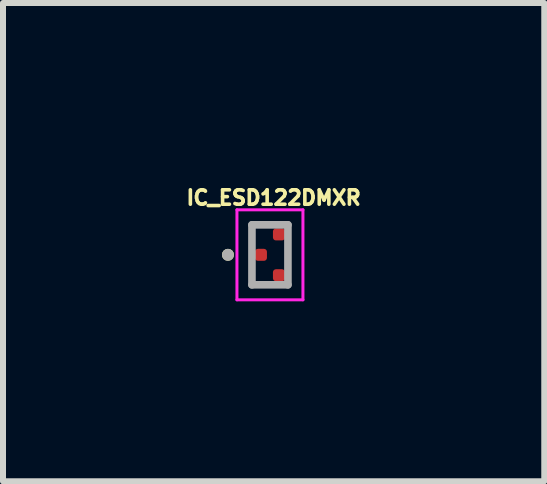
<source format=kicad_pcb>
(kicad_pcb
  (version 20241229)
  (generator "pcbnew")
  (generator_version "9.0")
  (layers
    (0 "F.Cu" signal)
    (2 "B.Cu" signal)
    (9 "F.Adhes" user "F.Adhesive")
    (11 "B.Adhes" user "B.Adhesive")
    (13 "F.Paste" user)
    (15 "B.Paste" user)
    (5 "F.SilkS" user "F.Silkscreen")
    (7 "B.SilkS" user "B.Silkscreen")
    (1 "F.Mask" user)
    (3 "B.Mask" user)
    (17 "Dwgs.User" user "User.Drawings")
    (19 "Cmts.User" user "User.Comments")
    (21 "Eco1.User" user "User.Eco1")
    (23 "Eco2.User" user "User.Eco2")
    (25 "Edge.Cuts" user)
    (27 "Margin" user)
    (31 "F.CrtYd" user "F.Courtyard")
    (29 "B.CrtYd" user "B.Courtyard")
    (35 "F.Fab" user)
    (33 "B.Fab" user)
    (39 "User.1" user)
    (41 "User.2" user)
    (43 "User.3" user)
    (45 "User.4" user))
  (footprint "IC_ESD122DMXR"
    (layer "F.Cu")
    (at 1.45 1.198)
    (property "Reference" "IC_ESD122DMXR" (at 0.062 -0.952 0) (layer "F.SilkS") (effects (font (size 0.24 0.24) (thickness 0.15))))
    (attr smd)
    (fp_poly (pts (xy -0.3 -0.1) (xy -0.3 0.1) (xy -0.3 0.103) (xy -0.3 0.105) (xy -0.299 0.108) (xy -0.299 0.11) (xy -0.298 0.113) (xy -0.298 0.115) (xy -0.297 0.118) (xy -0.296 0.12) (xy -0.295 0.123) (xy -0.293 0.125) (xy -0.292 0.127) (xy -0.29 0.129) (xy -0.289 0.131) (xy -0.287 0.133) (xy -0.285 0.135) (xy -0.283 0.137) (xy -0.281 0.139) (xy -0.279 0.14) (xy -0.277 0.142) (xy -0.275 0.143) (xy -0.273 0.145) (xy -0.27 0.146) (xy -0.268 0.147) (xy -0.265 0.148) (xy -0.263 0.148) (xy -0.26 0.149) (xy -0.258 0.149) (xy -0.255 0.15) (xy -0.253 0.15) (xy -0.25 0.15) (xy -0.05 0.15) (xy -0.047 0.15) (xy -0.045 0.15) (xy -0.042 0.149) (xy -0.04 0.149) (xy -0.037 0.148) (xy -0.035 0.148) (xy -0.032 0.147) (xy -0.03 0.146) (xy -0.027 0.145) (xy -0.025 0.143) (xy -0.023 0.142) (xy -0.021 0.14) (xy -0.019 0.139) (xy -0.017 0.137) (xy -0.015 0.135) (xy -0.013 0.133) (xy -0.011 0.131) (xy -0.01 0.129) (xy -0.008 0.127) (xy -0.007 0.125) (xy -0.005 0.123) (xy -0.004 0.12) (xy -0.003 0.118) (xy -0.002 0.115) (xy -0.002 0.113) (xy -0.001 0.11) (xy -0.001 0.108) (xy 0 0.105) (xy 0 0.103) (xy 0 0.1) (xy 0 -0.1) (xy 0 -0.103) (xy 0 -0.105) (xy -0.001 -0.108) (xy -0.001 -0.11) (xy -0.002 -0.113) (xy -0.002 -0.115) (xy -0.003 -0.118) (xy -0.004 -0.12) (xy -0.005 -0.123) (xy -0.007 -0.125) (xy -0.008 -0.127) (xy -0.01 -0.129) (xy -0.011 -0.131) (xy -0.013 -0.133) (xy -0.015 -0.135) (xy -0.017 -0.137) (xy -0.019 -0.139) (xy -0.021 -0.14) (xy -0.023 -0.142) (xy -0.025 -0.143) (xy -0.027 -0.145) (xy -0.03 -0.146) (xy -0.032 -0.147) (xy -0.035 -0.148) (xy -0.037 -0.148) (xy -0.04 -0.149) (xy -0.042 -0.149) (xy -0.045 -0.15) (xy -0.047 -0.15) (xy -0.05 -0.15) (xy -0.25 -0.15) (xy -0.253 -0.15) (xy -0.255 -0.15) (xy -0.258 -0.149) (xy -0.26 -0.149) (xy -0.263 -0.148) (xy -0.265 -0.148) (xy -0.268 -0.147) (xy -0.27 -0.146) (xy -0.273 -0.145) (xy -0.275 -0.143) (xy -0.277 -0.142) (xy -0.279 -0.14) (xy -0.281 -0.139) (xy -0.283 -0.137) (xy -0.285 -0.135) (xy -0.287 -0.133) (xy -0.289 -0.131) (xy -0.29 -0.129) (xy -0.292 -0.127) (xy -0.293 -0.125) (xy -0.295 -0.123) (xy -0.296 -0.12) (xy -0.297 -0.118) (xy -0.298 -0.115) (xy -0.298 -0.113) (xy -0.299 -0.11) (xy -0.299 -0.108) (xy -0.3 -0.105) (xy -0.3 -0.103) (xy -0.3 -0.1)) (stroke (width 0.01) (type solid)) (fill yes) (layer "F.Mask"))
    (fp_poly (pts (xy 0 -0.44) (xy 0 -0.24) (xy 0 -0.237) (xy 0 -0.235) (xy 0.001 -0.232) (xy 0.001 -0.23) (xy 0.002 -0.227) (xy 0.002 -0.225) (xy 0.003 -0.222) (xy 0.004 -0.22) (xy 0.005 -0.217) (xy 0.007 -0.215) (xy 0.008 -0.213) (xy 0.01 -0.211) (xy 0.011 -0.209) (xy 0.013 -0.207) (xy 0.015 -0.205) (xy 0.017 -0.203) (xy 0.019 -0.201) (xy 0.021 -0.2) (xy 0.023 -0.198) (xy 0.025 -0.197) (xy 0.027 -0.195) (xy 0.03 -0.194) (xy 0.032 -0.193) (xy 0.035 -0.192) (xy 0.037 -0.192) (xy 0.04 -0.191) (xy 0.042 -0.191) (xy 0.045 -0.19) (xy 0.047 -0.19) (xy 0.05 -0.19) (xy 0.25 -0.19) (xy 0.253 -0.19) (xy 0.255 -0.19) (xy 0.258 -0.191) (xy 0.26 -0.191) (xy 0.263 -0.192) (xy 0.265 -0.192) (xy 0.268 -0.193) (xy 0.27 -0.194) (xy 0.273 -0.195) (xy 0.275 -0.197) (xy 0.277 -0.198) (xy 0.279 -0.2) (xy 0.281 -0.201) (xy 0.283 -0.203) (xy 0.285 -0.205) (xy 0.287 -0.207) (xy 0.289 -0.209) (xy 0.29 -0.211) (xy 0.292 -0.213) (xy 0.293 -0.215) (xy 0.295 -0.217) (xy 0.296 -0.22) (xy 0.297 -0.222) (xy 0.298 -0.225) (xy 0.298 -0.227) (xy 0.299 -0.23) (xy 0.299 -0.232) (xy 0.3 -0.235) (xy 0.3 -0.237) (xy 0.3 -0.24) (xy 0.3 -0.44) (xy 0.3 -0.443) (xy 0.3 -0.445) (xy 0.299 -0.448) (xy 0.299 -0.45) (xy 0.298 -0.453) (xy 0.298 -0.455) (xy 0.297 -0.458) (xy 0.296 -0.46) (xy 0.295 -0.463) (xy 0.293 -0.465) (xy 0.292 -0.467) (xy 0.29 -0.469) (xy 0.289 -0.471) (xy 0.287 -0.473) (xy 0.285 -0.475) (xy 0.283 -0.477) (xy 0.281 -0.479) (xy 0.279 -0.48) (xy 0.277 -0.482) (xy 0.275 -0.483) (xy 0.273 -0.485) (xy 0.27 -0.486) (xy 0.268 -0.487) (xy 0.265 -0.488) (xy 0.263 -0.488) (xy 0.26 -0.489) (xy 0.258 -0.489) (xy 0.255 -0.49) (xy 0.253 -0.49) (xy 0.25 -0.49) (xy 0.05 -0.49) (xy 0.047 -0.49) (xy 0.045 -0.49) (xy 0.042 -0.489) (xy 0.04 -0.489) (xy 0.037 -0.488) (xy 0.035 -0.488) (xy 0.032 -0.487) (xy 0.03 -0.486) (xy 0.027 -0.485) (xy 0.025 -0.483) (xy 0.023 -0.482) (xy 0.021 -0.48) (xy 0.019 -0.479) (xy 0.017 -0.477) (xy 0.015 -0.475) (xy 0.013 -0.473) (xy 0.011 -0.471) (xy 0.01 -0.469) (xy 0.008 -0.467) (xy 0.007 -0.465) (xy 0.005 -0.463) (xy 0.004 -0.46) (xy 0.003 -0.458) (xy 0.002 -0.455) (xy 0.002 -0.453) (xy 0.001 -0.45) (xy 0.001 -0.448) (xy 0 -0.445) (xy 0 -0.443) (xy 0 -0.44)) (stroke (width 0.01) (type solid)) (fill yes) (layer "F.Mask"))
    (fp_poly (pts (xy 0 0.24) (xy 0 0.44) (xy 0 0.443) (xy 0 0.445) (xy 0.001 0.448) (xy 0.001 0.45) (xy 0.002 0.453) (xy 0.002 0.455) (xy 0.003 0.458) (xy 0.004 0.46) (xy 0.005 0.463) (xy 0.007 0.465) (xy 0.008 0.467) (xy 0.01 0.469) (xy 0.011 0.471) (xy 0.013 0.473) (xy 0.015 0.475) (xy 0.017 0.477) (xy 0.019 0.479) (xy 0.021 0.48) (xy 0.023 0.482) (xy 0.025 0.483) (xy 0.027 0.485) (xy 0.03 0.486) (xy 0.032 0.487) (xy 0.035 0.488) (xy 0.037 0.488) (xy 0.04 0.489) (xy 0.042 0.489) (xy 0.045 0.49) (xy 0.047 0.49) (xy 0.05 0.49) (xy 0.25 0.49) (xy 0.253 0.49) (xy 0.255 0.49) (xy 0.258 0.489) (xy 0.26 0.489) (xy 0.263 0.488) (xy 0.265 0.488) (xy 0.268 0.487) (xy 0.27 0.486) (xy 0.273 0.485) (xy 0.275 0.483) (xy 0.277 0.482) (xy 0.279 0.48) (xy 0.281 0.479) (xy 0.283 0.477) (xy 0.285 0.475) (xy 0.287 0.473) (xy 0.289 0.471) (xy 0.29 0.469) (xy 0.292 0.467) (xy 0.293 0.465) (xy 0.295 0.463) (xy 0.296 0.46) (xy 0.297 0.458) (xy 0.298 0.455) (xy 0.298 0.453) (xy 0.299 0.45) (xy 0.299 0.448) (xy 0.3 0.445) (xy 0.3 0.443) (xy 0.3 0.44) (xy 0.3 0.24) (xy 0.3 0.237) (xy 0.3 0.235) (xy 0.299 0.232) (xy 0.299 0.23) (xy 0.298 0.227) (xy 0.298 0.225) (xy 0.297 0.222) (xy 0.296 0.22) (xy 0.295 0.217) (xy 0.293 0.215) (xy 0.292 0.213) (xy 0.29 0.211) (xy 0.289 0.209) (xy 0.287 0.207) (xy 0.285 0.205) (xy 0.283 0.203) (xy 0.281 0.201) (xy 0.279 0.2) (xy 0.277 0.198) (xy 0.275 0.197) (xy 0.273 0.195) (xy 0.27 0.194) (xy 0.268 0.193) (xy 0.265 0.192) (xy 0.263 0.192) (xy 0.26 0.191) (xy 0.258 0.191) (xy 0.255 0.19) (xy 0.253 0.19) (xy 0.25 0.19) (xy 0.05 0.19) (xy 0.047 0.19) (xy 0.045 0.19) (xy 0.042 0.191) (xy 0.04 0.191) (xy 0.037 0.192) (xy 0.035 0.192) (xy 0.032 0.193) (xy 0.03 0.194) (xy 0.027 0.195) (xy 0.025 0.197) (xy 0.023 0.198) (xy 0.021 0.2) (xy 0.019 0.201) (xy 0.017 0.203) (xy 0.015 0.205) (xy 0.013 0.207) (xy 0.011 0.209) (xy 0.01 0.211) (xy 0.008 0.213) (xy 0.007 0.215) (xy 0.005 0.217) (xy 0.004 0.22) (xy 0.003 0.222) (xy 0.002 0.225) (xy 0.002 0.227) (xy 0.001 0.23) (xy 0.001 0.232) (xy 0 0.235) (xy 0 0.237) (xy 0 0.24)) (stroke (width 0.01) (type solid)) (fill yes) (layer "F.Mask"))
    (fp_circle (center -0.7 0) (end -0.65 0) (stroke (width 0.1) (type solid)) (fill no) (layer "F.SilkS"))
    (fp_poly (pts (xy -0.255 -0.055) (xy -0.255 0.055) (xy -0.255 0.058) (xy -0.255 0.06) (xy -0.254 0.063) (xy -0.254 0.065) (xy -0.253 0.068) (xy -0.253 0.07) (xy -0.252 0.073) (xy -0.251 0.075) (xy -0.25 0.078) (xy -0.248 0.08) (xy -0.247 0.082) (xy -0.245 0.084) (xy -0.244 0.086) (xy -0.242 0.088) (xy -0.24 0.09) (xy -0.238 0.092) (xy -0.236 0.094) (xy -0.234 0.095) (xy -0.232 0.097) (xy -0.23 0.098) (xy -0.228 0.1) (xy -0.225 0.101) (xy -0.223 0.102) (xy -0.22 0.103) (xy -0.218 0.103) (xy -0.215 0.104) (xy -0.213 0.104) (xy -0.21 0.105) (xy -0.208 0.105) (xy -0.205 0.105) (xy -0.095 0.105) (xy -0.092 0.105) (xy -0.09 0.105) (xy -0.087 0.104) (xy -0.085 0.104) (xy -0.082 0.103) (xy -0.08 0.103) (xy -0.077 0.102) (xy -0.075 0.101) (xy -0.072 0.1) (xy -0.07 0.098) (xy -0.068 0.097) (xy -0.066 0.095) (xy -0.064 0.094) (xy -0.062 0.092) (xy -0.06 0.09) (xy -0.058 0.088) (xy -0.056 0.086) (xy -0.055 0.084) (xy -0.053 0.082) (xy -0.052 0.08) (xy -0.05 0.078) (xy -0.049 0.075) (xy -0.048 0.073) (xy -0.047 0.07) (xy -0.047 0.068) (xy -0.046 0.065) (xy -0.046 0.063) (xy -0.045 0.06) (xy -0.045 0.058) (xy -0.045 0.055) (xy -0.045 -0.055) (xy -0.045 -0.058) (xy -0.045 -0.06) (xy -0.046 -0.063) (xy -0.046 -0.065) (xy -0.047 -0.068) (xy -0.047 -0.07) (xy -0.048 -0.073) (xy -0.049 -0.075) (xy -0.05 -0.078) (xy -0.052 -0.08) (xy -0.053 -0.082) (xy -0.055 -0.084) (xy -0.056 -0.086) (xy -0.058 -0.088) (xy -0.06 -0.09) (xy -0.062 -0.092) (xy -0.064 -0.094) (xy -0.066 -0.095) (xy -0.068 -0.097) (xy -0.07 -0.098) (xy -0.072 -0.1) (xy -0.075 -0.101) (xy -0.077 -0.102) (xy -0.08 -0.103) (xy -0.082 -0.103) (xy -0.085 -0.104) (xy -0.087 -0.104) (xy -0.09 -0.105) (xy -0.092 -0.105) (xy -0.095 -0.105) (xy -0.205 -0.105) (xy -0.208 -0.105) (xy -0.21 -0.105) (xy -0.213 -0.104) (xy -0.215 -0.104) (xy -0.218 -0.103) (xy -0.22 -0.103) (xy -0.223 -0.102) (xy -0.225 -0.101) (xy -0.228 -0.1) (xy -0.23 -0.098) (xy -0.232 -0.097) (xy -0.234 -0.095) (xy -0.236 -0.094) (xy -0.238 -0.092) (xy -0.24 -0.09) (xy -0.242 -0.088) (xy -0.244 -0.086) (xy -0.245 -0.084) (xy -0.247 -0.082) (xy -0.248 -0.08) (xy -0.25 -0.078) (xy -0.251 -0.075) (xy -0.252 -0.073) (xy -0.253 -0.07) (xy -0.253 -0.068) (xy -0.254 -0.065) (xy -0.254 -0.063) (xy -0.255 -0.06) (xy -0.255 -0.058) (xy -0.255 -0.055)) (stroke (width 0.01) (type solid)) (fill yes) (layer "F.Paste"))
    (fp_poly (pts (xy 0.045 -0.395) (xy 0.045 -0.285) (xy 0.045 -0.282) (xy 0.045 -0.28) (xy 0.046 -0.277) (xy 0.046 -0.275) (xy 0.047 -0.272) (xy 0.047 -0.27) (xy 0.048 -0.267) (xy 0.049 -0.265) (xy 0.05 -0.262) (xy 0.052 -0.26) (xy 0.053 -0.258) (xy 0.055 -0.256) (xy 0.056 -0.254) (xy 0.058 -0.252) (xy 0.06 -0.25) (xy 0.062 -0.248) (xy 0.064 -0.246) (xy 0.066 -0.245) (xy 0.068 -0.243) (xy 0.07 -0.242) (xy 0.072 -0.24) (xy 0.075 -0.239) (xy 0.077 -0.238) (xy 0.08 -0.237) (xy 0.082 -0.237) (xy 0.085 -0.236) (xy 0.087 -0.236) (xy 0.09 -0.235) (xy 0.092 -0.235) (xy 0.095 -0.235) (xy 0.205 -0.235) (xy 0.208 -0.235) (xy 0.21 -0.235) (xy 0.213 -0.236) (xy 0.215 -0.236) (xy 0.218 -0.237) (xy 0.22 -0.237) (xy 0.223 -0.238) (xy 0.225 -0.239) (xy 0.228 -0.24) (xy 0.23 -0.242) (xy 0.232 -0.243) (xy 0.234 -0.245) (xy 0.236 -0.246) (xy 0.238 -0.248) (xy 0.24 -0.25) (xy 0.242 -0.252) (xy 0.244 -0.254) (xy 0.245 -0.256) (xy 0.247 -0.258) (xy 0.248 -0.26) (xy 0.25 -0.262) (xy 0.251 -0.265) (xy 0.252 -0.267) (xy 0.253 -0.27) (xy 0.253 -0.272) (xy 0.254 -0.275) (xy 0.254 -0.277) (xy 0.255 -0.28) (xy 0.255 -0.282) (xy 0.255 -0.285) (xy 0.255 -0.395) (xy 0.255 -0.398) (xy 0.255 -0.4) (xy 0.254 -0.403) (xy 0.254 -0.405) (xy 0.253 -0.408) (xy 0.253 -0.41) (xy 0.252 -0.413) (xy 0.251 -0.415) (xy 0.25 -0.418) (xy 0.248 -0.42) (xy 0.247 -0.422) (xy 0.245 -0.424) (xy 0.244 -0.426) (xy 0.242 -0.428) (xy 0.24 -0.43) (xy 0.238 -0.432) (xy 0.236 -0.434) (xy 0.234 -0.435) (xy 0.232 -0.437) (xy 0.23 -0.438) (xy 0.228 -0.44) (xy 0.225 -0.441) (xy 0.223 -0.442) (xy 0.22 -0.443) (xy 0.218 -0.443) (xy 0.215 -0.444) (xy 0.213 -0.444) (xy 0.21 -0.445) (xy 0.208 -0.445) (xy 0.205 -0.445) (xy 0.095 -0.445) (xy 0.092 -0.445) (xy 0.09 -0.445) (xy 0.087 -0.444) (xy 0.085 -0.444) (xy 0.082 -0.443) (xy 0.08 -0.443) (xy 0.077 -0.442) (xy 0.075 -0.441) (xy 0.072 -0.44) (xy 0.07 -0.438) (xy 0.068 -0.437) (xy 0.066 -0.435) (xy 0.064 -0.434) (xy 0.062 -0.432) (xy 0.06 -0.43) (xy 0.058 -0.428) (xy 0.056 -0.426) (xy 0.055 -0.424) (xy 0.053 -0.422) (xy 0.052 -0.42) (xy 0.05 -0.418) (xy 0.049 -0.415) (xy 0.048 -0.413) (xy 0.047 -0.41) (xy 0.047 -0.408) (xy 0.046 -0.405) (xy 0.046 -0.403) (xy 0.045 -0.4) (xy 0.045 -0.398) (xy 0.045 -0.395)) (stroke (width 0.01) (type solid)) (fill yes) (layer "F.Paste"))
    (fp_poly (pts (xy 0.045 0.285) (xy 0.045 0.395) (xy 0.045 0.398) (xy 0.045 0.4) (xy 0.046 0.403) (xy 0.046 0.405) (xy 0.047 0.408) (xy 0.047 0.41) (xy 0.048 0.413) (xy 0.049 0.415) (xy 0.05 0.418) (xy 0.052 0.42) (xy 0.053 0.422) (xy 0.055 0.424) (xy 0.056 0.426) (xy 0.058 0.428) (xy 0.06 0.43) (xy 0.062 0.432) (xy 0.064 0.434) (xy 0.066 0.435) (xy 0.068 0.437) (xy 0.07 0.438) (xy 0.072 0.44) (xy 0.075 0.441) (xy 0.077 0.442) (xy 0.08 0.443) (xy 0.082 0.443) (xy 0.085 0.444) (xy 0.087 0.444) (xy 0.09 0.445) (xy 0.092 0.445) (xy 0.095 0.445) (xy 0.205 0.445) (xy 0.208 0.445) (xy 0.21 0.445) (xy 0.213 0.444) (xy 0.215 0.444) (xy 0.218 0.443) (xy 0.22 0.443) (xy 0.223 0.442) (xy 0.225 0.441) (xy 0.228 0.44) (xy 0.23 0.438) (xy 0.232 0.437) (xy 0.234 0.435) (xy 0.236 0.434) (xy 0.238 0.432) (xy 0.24 0.43) (xy 0.242 0.428) (xy 0.244 0.426) (xy 0.245 0.424) (xy 0.247 0.422) (xy 0.248 0.42) (xy 0.25 0.418) (xy 0.251 0.415) (xy 0.252 0.413) (xy 0.253 0.41) (xy 0.253 0.408) (xy 0.254 0.405) (xy 0.254 0.403) (xy 0.255 0.4) (xy 0.255 0.398) (xy 0.255 0.395) (xy 0.255 0.285) (xy 0.255 0.282) (xy 0.255 0.28) (xy 0.254 0.277) (xy 0.254 0.275) (xy 0.253 0.272) (xy 0.253 0.27) (xy 0.252 0.267) (xy 0.251 0.265) (xy 0.25 0.262) (xy 0.248 0.26) (xy 0.247 0.258) (xy 0.245 0.256) (xy 0.244 0.254) (xy 0.242 0.252) (xy 0.24 0.25) (xy 0.238 0.248) (xy 0.236 0.246) (xy 0.234 0.245) (xy 0.232 0.243) (xy 0.23 0.242) (xy 0.228 0.24) (xy 0.225 0.239) (xy 0.223 0.238) (xy 0.22 0.237) (xy 0.218 0.237) (xy 0.215 0.236) (xy 0.213 0.236) (xy 0.21 0.235) (xy 0.208 0.235) (xy 0.205 0.235) (xy 0.095 0.235) (xy 0.092 0.235) (xy 0.09 0.235) (xy 0.087 0.236) (xy 0.085 0.236) (xy 0.082 0.237) (xy 0.08 0.237) (xy 0.077 0.238) (xy 0.075 0.239) (xy 0.072 0.24) (xy 0.07 0.242) (xy 0.068 0.243) (xy 0.066 0.245) (xy 0.064 0.246) (xy 0.062 0.248) (xy 0.06 0.25) (xy 0.058 0.252) (xy 0.056 0.254) (xy 0.055 0.256) (xy 0.053 0.258) (xy 0.052 0.26) (xy 0.05 0.262) (xy 0.049 0.265) (xy 0.048 0.267) (xy 0.047 0.27) (xy 0.047 0.272) (xy 0.046 0.275) (xy 0.046 0.277) (xy 0.045 0.28) (xy 0.045 0.282) (xy 0.045 0.285)) (stroke (width 0.01) (type solid)) (fill yes) (layer "F.Paste"))
    (fp_line (start -0.55 -0.75) (end -0.55 0.75) (stroke (width 0.05) (type solid)) (layer "F.CrtYd"))
    (fp_line (start -0.55 0.75) (end 0.55 0.75) (stroke (width 0.05) (type solid)) (layer "F.CrtYd"))
    (fp_line (start 0.55 -0.75) (end -0.55 -0.75) (stroke (width 0.05) (type solid)) (layer "F.CrtYd"))
    (fp_line (start 0.55 0.75) (end 0.55 -0.75) (stroke (width 0.05) (type solid)) (layer "F.CrtYd"))
    (fp_line (start -0.3 -0.5) (end 0.3 -0.5) (stroke (width 0.127) (type solid)) (layer "F.Fab"))
    (fp_line (start -0.3 0.5) (end -0.3 -0.5) (stroke (width 0.127) (type solid)) (layer "F.Fab"))
    (fp_line (start 0.3 -0.5) (end 0.3 0.5) (stroke (width 0.127) (type solid)) (layer "F.Fab"))
    (fp_line (start 0.3 0.5) (end -0.3 0.5) (stroke (width 0.127) (type solid)) (layer "F.Fab"))
    (fp_circle (center -0.7 0) (end -0.65 0) (stroke (width 0.1) (type solid)) (fill no) (layer "F.Fab"))
    (pad "1" smd roundrect (at -0.15 0) (size 0.2 0.2) (layers "F.Cu") (roundrect_rratio 0.25))
    (pad "2" smd roundrect (at 0.15 0.34) (size 0.2 0.2) (layers "F.Cu") (roundrect_rratio 0.25))
    (pad "3" smd roundrect (at 0.15 -0.34) (size 0.2 0.2) (layers "F.Cu") (roundrect_rratio 0.25)))
  (gr_rect
    (start -3 -3)
    (end 6.023 4.973)
    (stroke (width 0.1) (type default))
    (fill no)
    (layer "Edge.Cuts")))
</source>
